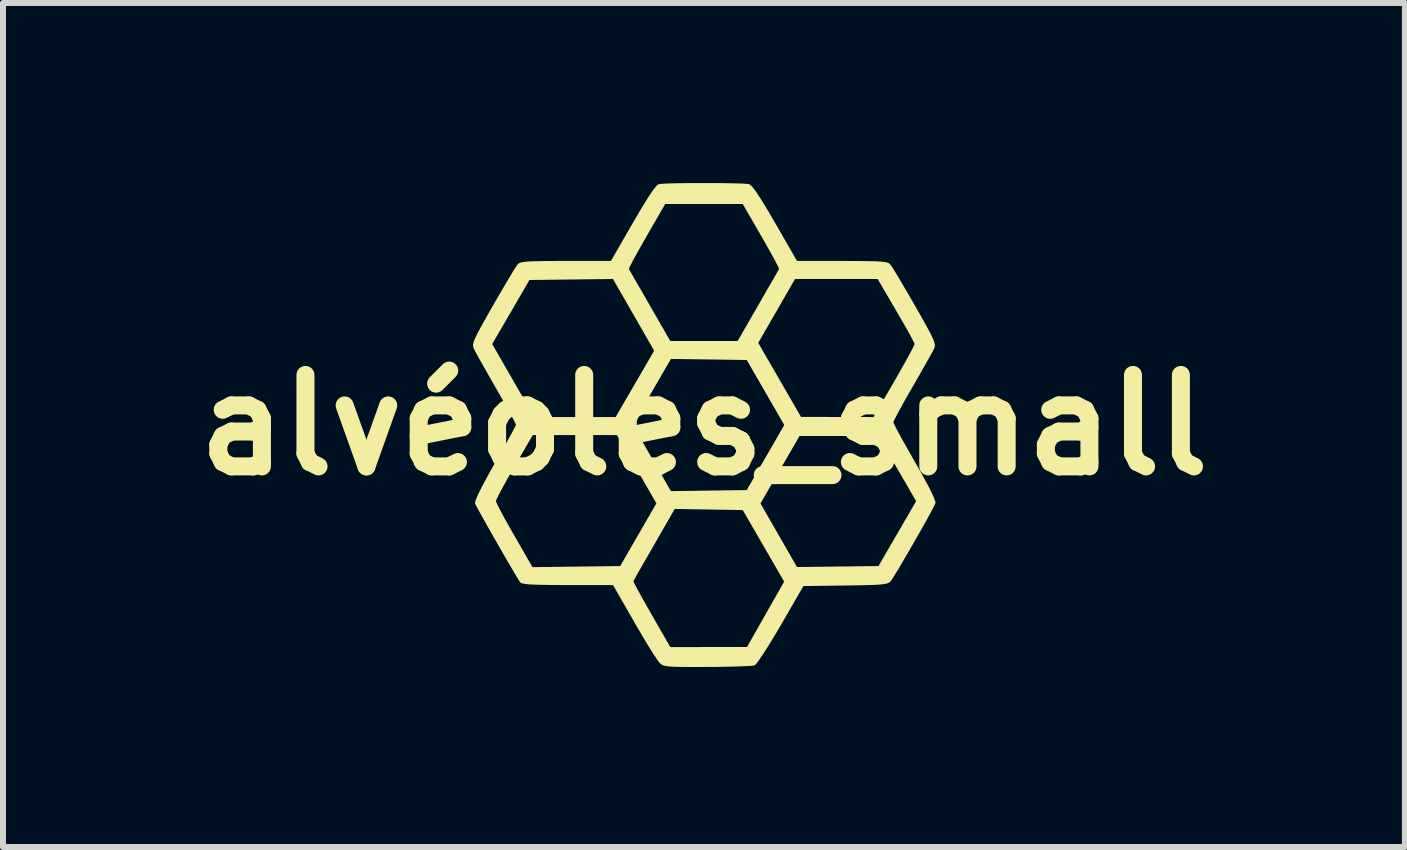
<source format=kicad_pcb>
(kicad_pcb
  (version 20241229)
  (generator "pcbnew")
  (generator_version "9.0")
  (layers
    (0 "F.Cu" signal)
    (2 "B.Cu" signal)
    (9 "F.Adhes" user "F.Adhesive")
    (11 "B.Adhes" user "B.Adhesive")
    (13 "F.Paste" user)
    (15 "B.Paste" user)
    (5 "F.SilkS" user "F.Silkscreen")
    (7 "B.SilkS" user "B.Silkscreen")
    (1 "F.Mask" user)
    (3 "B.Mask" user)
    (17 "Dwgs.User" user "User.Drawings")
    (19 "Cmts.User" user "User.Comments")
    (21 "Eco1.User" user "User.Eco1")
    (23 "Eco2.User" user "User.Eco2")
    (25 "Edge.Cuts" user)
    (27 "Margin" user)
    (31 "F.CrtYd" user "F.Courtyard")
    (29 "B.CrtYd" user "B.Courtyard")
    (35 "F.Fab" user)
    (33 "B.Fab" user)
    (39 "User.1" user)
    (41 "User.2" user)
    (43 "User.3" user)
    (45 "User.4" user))
  (footprint "alvéoles_small"
    (layer "F.Cu")
    (at 8.68 4.032)
    (property "Reference" "alvéoles_small" (at 0 0 0) (layer "F.SilkS") (effects (font (size 1.524 1.524) (thickness 0.3))))
    (attr board_only exclude_from_pos_files exclude_from_bom)
    (fp_poly (pts (xy 0.147 -4.032) (xy 0.338 -4.03) (xy 0.508 -4.027) (xy 0.643 -4.023) (xy 0.73 -4.017) (xy 0.753 -4.014) (xy 0.795 -3.981) (xy 0.86 -3.898) (xy 0.95 -3.762) (xy 1.067 -3.57) (xy 1.187 -3.365) (xy 1.55 -2.734) (xy 2.303 -2.734) (xy 2.549 -2.733) (xy 2.736 -2.731) (xy 2.874 -2.728) (xy 2.971 -2.721) (xy 3.035 -2.712) (xy 3.075 -2.699) (xy 3.1 -2.681) (xy 3.106 -2.675) (xy 3.137 -2.63) (xy 3.195 -2.536) (xy 3.275 -2.402) (xy 3.37 -2.24) (xy 3.477 -2.056) (xy 3.515 -1.989) (xy 3.634 -1.782) (xy 3.722 -1.623) (xy 3.784 -1.506) (xy 3.823 -1.422) (xy 3.843 -1.363) (xy 3.848 -1.321) (xy 3.841 -1.288) (xy 3.836 -1.275) (xy 3.807 -1.22) (xy 3.75 -1.117) (xy 3.672 -0.979) (xy 3.579 -0.815) (xy 3.476 -0.636) (xy 3.476 -0.636) (xy 3.376 -0.462) (xy 3.289 -0.307) (xy 3.22 -0.179) (xy 3.173 -0.089) (xy 3.156 -0.047) (xy 3.156 -0.046) (xy 3.172 -0.007) (xy 3.216 0.08) (xy 3.285 0.208) (xy 3.373 0.365) (xy 3.475 0.545) (xy 3.515 0.614) (xy 3.649 0.852) (xy 3.752 1.042) (xy 3.82 1.183) (xy 3.854 1.271) (xy 3.857 1.3) (xy 3.835 1.348) (xy 3.786 1.443) (xy 3.715 1.573) (xy 3.628 1.729) (xy 3.531 1.898) (xy 3.432 2.071) (xy 3.335 2.237) (xy 3.248 2.385) (xy 3.175 2.504) (xy 3.124 2.583) (xy 3.107 2.608) (xy 3.083 2.627) (xy 3.045 2.642) (xy 2.983 2.653) (xy 2.889 2.661) (xy 2.754 2.667) (xy 2.568 2.671) (xy 2.357 2.674) (xy 1.657 2.683) (xy 1.282 3.332) (xy 1.17 3.521) (xy 1.066 3.69) (xy 0.976 3.831) (xy 0.904 3.936) (xy 0.857 3.995) (xy 0.845 4.004) (xy 0.794 4.012) (xy 0.688 4.018) (xy 0.536 4.024) (xy 0.35 4.028) (xy 0.139 4.031) (xy 0.057 4.031) (xy -0.181 4.032) (xy -0.362 4.031) (xy -0.494 4.028) (xy -0.587 4.023) (xy -0.649 4.013) (xy -0.691 4) (xy -0.72 3.981) (xy -0.744 3.958) (xy -0.782 3.907) (xy -0.847 3.808) (xy -0.933 3.671) (xy -1.032 3.505) (xy -1.14 3.321) (xy -1.166 3.275) (xy -1.515 2.667) (xy -2.27 2.667) (xy -2.533 2.666) (xy -2.736 2.662) (xy -2.884 2.657) (xy -2.983 2.648) (xy -3.04 2.636) (xy -3.059 2.625) (xy -3.075 2.601) (xy -1.176 2.601) (xy -1.163 2.634) (xy -1.121 2.715) (xy -1.055 2.835) (xy -0.971 2.985) (xy -0.874 3.156) (xy -0.872 3.159) (xy -0.561 3.7) (xy 0.078 3.699) (xy 0.717 3.699) (xy 1.026 3.154) (xy 1.336 2.61) (xy 0.991 2.013) (xy 0.646 1.417) (xy 0.08 1.408) (xy -0.487 1.398) (xy -0.828 1.991) (xy -0.931 2.17) (xy -1.023 2.329) (xy -1.097 2.459) (xy -1.149 2.552) (xy -1.175 2.598) (xy -1.176 2.601) (xy -3.075 2.601) (xy -3.089 2.579) (xy -3.146 2.486) (xy -3.222 2.357) (xy -3.312 2.203) (xy -3.409 2.034) (xy -3.508 1.861) (xy -3.603 1.694) (xy -3.687 1.544) (xy -3.755 1.422) (xy -3.8 1.338) (xy -3.815 1.304) (xy -3.808 1.267) (xy -3.467 1.267) (xy -3.451 1.309) (xy -3.406 1.398) (xy -3.339 1.524) (xy -3.254 1.678) (xy -3.162 1.839) (xy -2.858 2.368) (xy -2.127 2.359) (xy -1.396 2.35) (xy -0.794 1.307) (xy 0.941 1.307) (xy 1.246 1.836) (xy 1.55 2.366) (xy 2.229 2.358) (xy 2.908 2.35) (xy 3.221 1.81) (xy 3.535 1.269) (xy 3.221 0.726) (xy 2.907 0.183) (xy 1.592 0.183) (xy 1.267 0.745) (xy 0.941 1.307) (xy -0.794 1.307) (xy -0.793 1.304) (xy -1.121 0.736) (xy -1.45 0.167) (xy -2.152 0.167) (xy -2.853 0.167) (xy -3.16 0.696) (xy -3.258 0.866) (xy -3.343 1.019) (xy -3.409 1.143) (xy -3.452 1.23) (xy -3.467 1.267) (xy -3.808 1.267) (xy -3.805 1.253) (xy -3.76 1.148) (xy -3.682 0.993) (xy -3.572 0.791) (xy -3.484 0.635) (xy -3.379 0.453) (xy -3.288 0.289) (xy -3.213 0.153) (xy -3.16 0.053) (xy -3.135 0) (xy -1.167 0) (xy -1.151 0.039) (xy -1.106 0.127) (xy -1.039 0.252) (xy -0.953 0.405) (xy -0.859 0.569) (xy -0.551 1.101) (xy 0.713 1.083) (xy 1.025 0.542) (xy 1.338 0) (xy 1.025 -0.542) (xy 0.713 -1.083) (xy -0.551 -1.101) (xy -0.859 -0.569) (xy -0.957 -0.398) (xy -1.042 -0.246) (xy -1.108 -0.122) (xy -1.152 -0.037) (xy -1.167 0) (xy -3.135 0) (xy -3.135 -0.000018) (xy -3.133 -0.006) (xy -3.149 -0.043) (xy -3.194 -0.129) (xy -3.262 -0.253) (xy -3.348 -0.408) (xy -3.448 -0.583) (xy -3.464 -0.61) (xy -3.568 -0.792) (xy -3.663 -0.96) (xy -3.743 -1.102) (xy -3.802 -1.209) (xy -3.834 -1.27) (xy -3.835 -1.273) (xy -3.846 -1.306) (xy -3.848 -1.343) (xy -3.846 -1.35) (xy -3.528 -1.35) (xy -3.452 -1.217) (xy -3.409 -1.142) (xy -3.341 -1.023) (xy -3.255 -0.873) (xy -3.158 -0.705) (xy -3.102 -0.608) (xy -2.828 -0.133) (xy -1.472 -0.133) (xy -1.151 -0.686) (xy -0.83 -1.238) (xy -0.905 -1.369) (xy 0.904 -1.369) (xy 1.617 -0.135) (xy 2.222 -0.134) (xy 2.826 -0.133) (xy 3.169 -0.725) (xy 3.272 -0.905) (xy 3.363 -1.066) (xy 3.436 -1.2) (xy 3.486 -1.296) (xy 3.509 -1.346) (xy 3.51 -1.35) (xy 3.493 -1.388) (xy 3.448 -1.474) (xy 3.38 -1.598) (xy 3.293 -1.749) (xy 3.201 -1.908) (xy 2.894 -2.433) (xy 2.206 -2.433) (xy 1.517 -2.433) (xy 1.211 -1.901) (xy 0.904 -1.369) (xy -0.905 -1.369) (xy -1.173 -1.836) (xy -1.517 -2.434) (xy -2.908 -2.417) (xy -3.218 -1.883) (xy -3.528 -1.35) (xy -3.846 -1.35) (xy -3.836 -1.393) (xy -3.806 -1.463) (xy -3.756 -1.562) (xy -3.681 -1.699) (xy -3.579 -1.881) (xy -3.516 -1.99) (xy -3.408 -2.178) (xy -3.308 -2.349) (xy -3.222 -2.493) (xy -3.156 -2.601) (xy -1.252 -2.601) (xy -1.233 -2.568) (xy -1.186 -2.486) (xy -1.116 -2.364) (xy -1.028 -2.212) (xy -0.927 -2.036) (xy -0.902 -1.992) (xy -0.561 -1.4) (xy 0.561 -1.4) (xy 0.902 -1.992) (xy 1.005 -2.171) (xy 1.096 -2.33) (xy 1.171 -2.46) (xy 1.224 -2.552) (xy 1.25 -2.598) (xy 1.252 -2.601) (xy 1.239 -2.633) (xy 1.197 -2.715) (xy 1.132 -2.834) (xy 1.049 -2.984) (xy 0.953 -3.151) (xy 0.646 -3.683) (xy -0.646 -3.683) (xy -0.953 -3.151) (xy -1.05 -2.981) (xy -1.133 -2.832) (xy -1.198 -2.713) (xy -1.239 -2.632) (xy -1.252 -2.601) (xy -3.156 -2.601) (xy -3.155 -2.602) (xy -3.114 -2.665) (xy -3.107 -2.675) (xy -3.085 -2.694) (xy -3.05 -2.708) (xy -2.993 -2.719) (xy -2.907 -2.726) (xy -2.783 -2.73) (xy -2.611 -2.733) (xy -2.384 -2.734) (xy -2.303 -2.734) (xy -1.55 -2.734) (xy -1.187 -3.365) (xy -1.046 -3.604) (xy -0.934 -3.787) (xy -0.848 -3.915) (xy -0.787 -3.99) (xy -0.753 -4.014) (xy -0.696 -4.02) (xy -0.585 -4.025) (xy -0.432 -4.029) (xy -0.251 -4.031) (xy -0.054 -4.032)) (stroke (width 0) (type solid)) (fill yes) (layer "F.SilkS")))
  (gr_rect
    (start -3 -3)
    (end 20.359 11.063)
    (stroke (width 0.1) (type default))
    (fill no)
    (layer "Edge.Cuts")))
</source>
